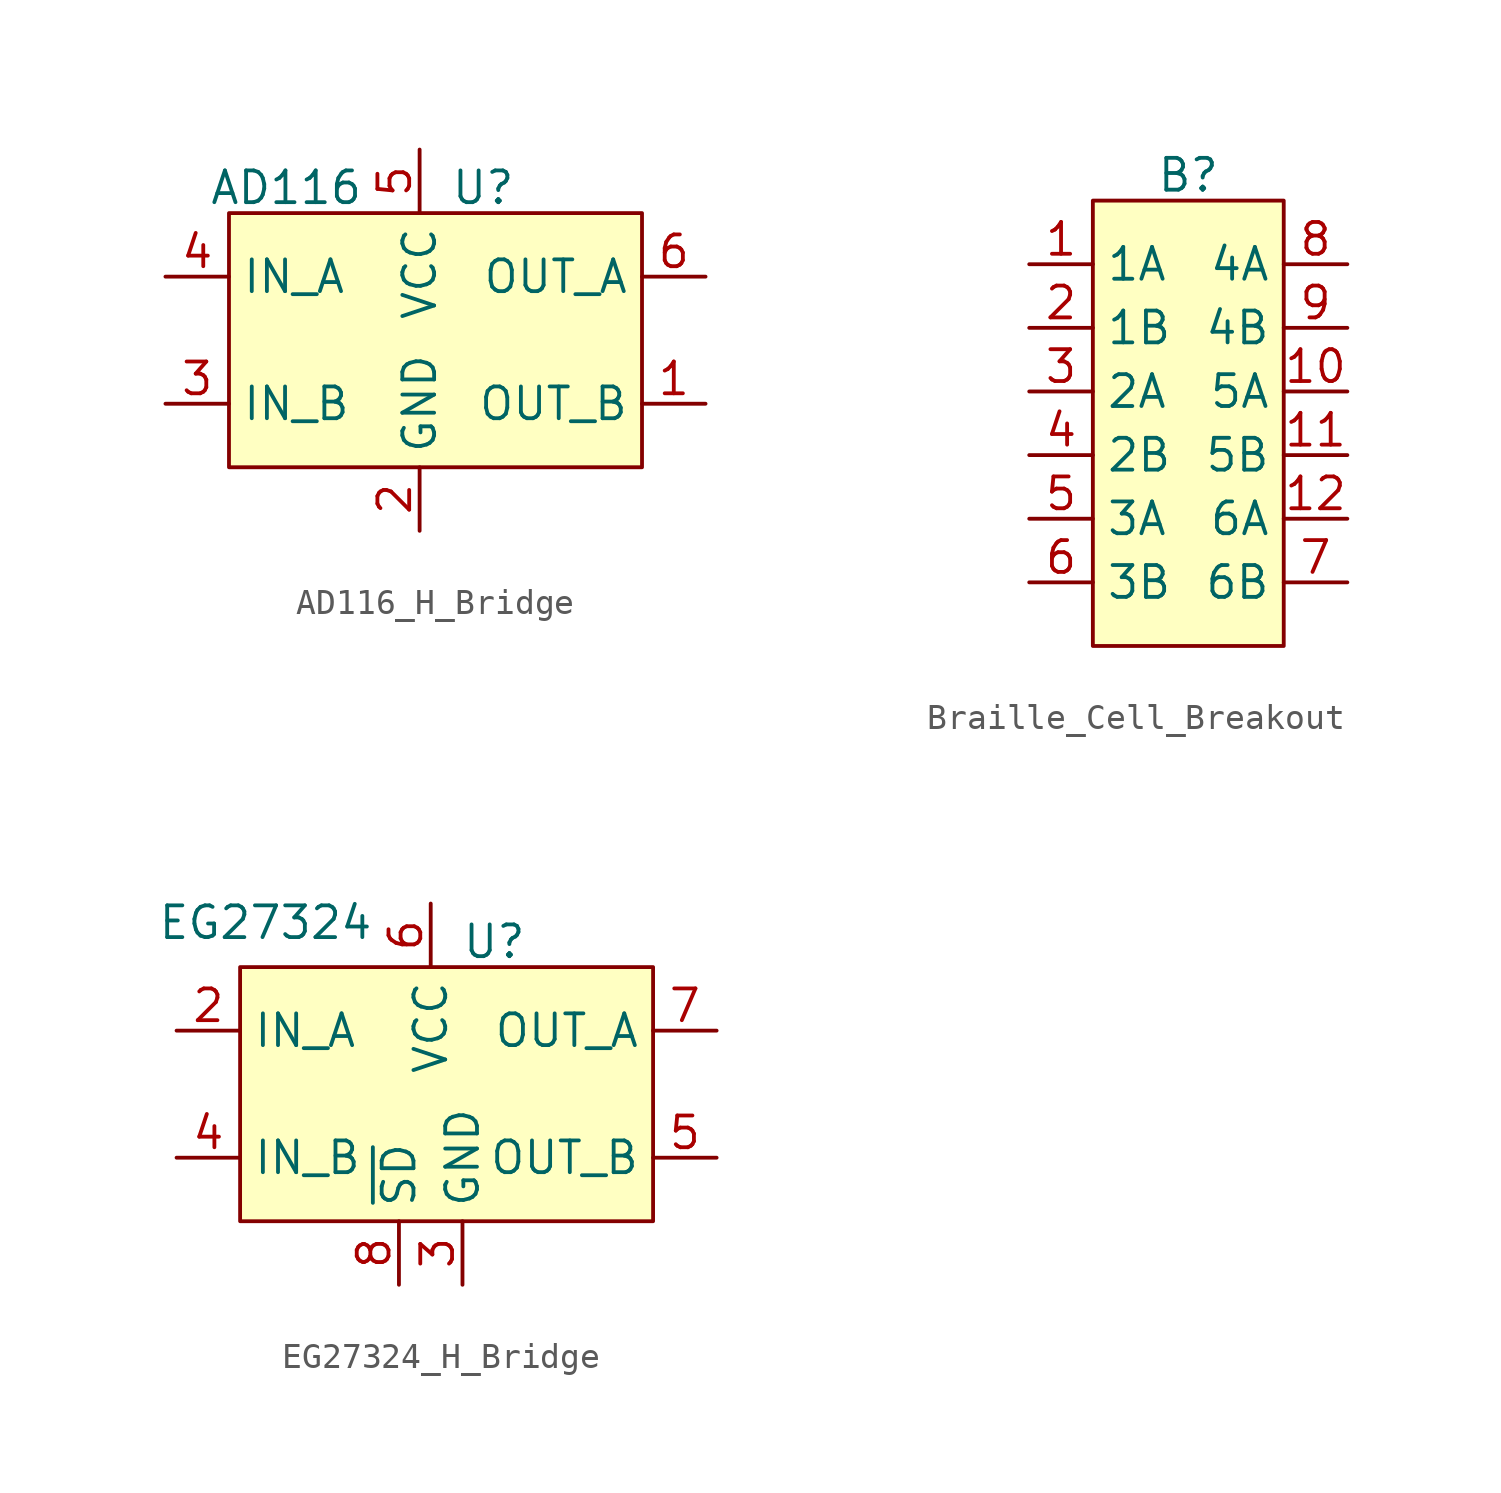
<source format=kicad_sym>
(kicad_symbol_lib
  (version 20241209)
  (generator "kicad_symbol_editor")
  (generator_version "9.0")
  (symbol "AD116_H_Bridge"
    (property "Reference" "U"
      (at 2.54 6.096 0)
      (effects (font (size 1.27 1.27))))
    (property "Value" "AD116"
      (at -5.334 6.096 0)
      (effects (font (size 1.27 1.27))))
    (symbol "AD116_H_Bridge_1_1"
      (rectangle (start -7.62 5.08) (end 8.89 -5.08) (stroke (width 0) (type default)) (fill (type background)))
      (pin input line (at -10.16 2.54 0) (length 2.54) (name "IN_A" (effects (font (size 1.27 1.27)))) (number "4" (effects (font (size 1.27 1.27)))))
      (pin input line (at -10.16 -2.54 0) (length 2.54) (name "IN_B" (effects (font (size 1.27 1.27)))) (number "3" (effects (font (size 1.27 1.27)))))
      (pin power_in line (at 0 7.62 270) (length 2.54) (name "VCC" (effects (font (size 1.27 1.27)))) (number "5" (effects (font (size 1.27 1.27)))))
      (pin power_in line (at 0 -7.62 90) (length 2.54) (name "GND" (effects (font (size 1.27 1.27)))) (number "2" (effects (font (size 1.27 1.27)))))
      (pin output line (at 11.43 2.54 180) (length 2.54) (name "OUT_A" (effects (font (size 1.27 1.27)))) (number "6" (effects (font (size 1.27 1.27)))))
      (pin output line (at 11.43 -2.54 180) (length 2.54) (name "OUT_B" (effects (font (size 1.27 1.27)))) (number "1" (effects (font (size 1.27 1.27)))))))
  (symbol "Braille_Cell_Breakout"
    (property "Reference" "B"
      (at 0 9.906 0)
      (effects (font (size 1.27 1.27))))
    (property "Value" ""
      (at -10.668 1.778 0)
      (effects (font (size 1.27 1.27))))
    (symbol "Braille_Cell_Breakout_1_1"
      (rectangle (start -3.81 8.89) (end 3.81 -8.89) (stroke (width 0) (type default)) (fill (type background)))
      (pin input line (at -6.35 6.35 0) (length 2.54) (name "1A" (effects (font (size 1.27 1.27)))) (number "1" (effects (font (size 1.27 1.27)))))
      (pin input line (at -6.35 3.81 0) (length 2.54) (name "1B" (effects (font (size 1.27 1.27)))) (number "2" (effects (font (size 1.27 1.27)))))
      (pin input line (at -6.35 1.27 0) (length 2.54) (name "2A" (effects (font (size 1.27 1.27)))) (number "3" (effects (font (size 1.27 1.27)))))
      (pin input line (at -6.35 -1.27 0) (length 2.54) (name "2B" (effects (font (size 1.27 1.27)))) (number "4" (effects (font (size 1.27 1.27)))))
      (pin input line (at -6.35 -3.81 0) (length 2.54) (name "3A" (effects (font (size 1.27 1.27)))) (number "5" (effects (font (size 1.27 1.27)))))
      (pin input line (at -6.35 -6.35 0) (length 2.54) (name "3B" (effects (font (size 1.27 1.27)))) (number "6" (effects (font (size 1.27 1.27)))))
      (pin input line (at 6.35 6.35 180) (length 2.54) (name "4A" (effects (font (size 1.27 1.27)))) (number "8" (effects (font (size 1.27 1.27)))))
      (pin input line (at 6.35 3.81 180) (length 2.54) (name "4B" (effects (font (size 1.27 1.27)))) (number "9" (effects (font (size 1.27 1.27)))))
      (pin input line (at 6.35 1.27 180) (length 2.54) (name "5A" (effects (font (size 1.27 1.27)))) (number "10" (effects (font (size 1.27 1.27)))))
      (pin input line (at 6.35 -1.27 180) (length 2.54) (name "5B" (effects (font (size 1.27 1.27)))) (number "11" (effects (font (size 1.27 1.27)))))
      (pin input line (at 6.35 -3.81 180) (length 2.54) (name "6A" (effects (font (size 1.27 1.27)))) (number "12" (effects (font (size 1.27 1.27)))))
      (pin input line (at 6.35 -6.35 180) (length 2.54) (name "6B" (effects (font (size 1.27 1.27)))) (number "7" (effects (font (size 1.27 1.27)))))))
  (symbol "EG27324_H_Bridge"
    (property "Reference" "U"
      (at 2.54 6.096 0)
      (effects (font (size 1.27 1.27))))
    (property "Value" "EG27324"
      (at -6.604 6.858 0)
      (effects (font (size 1.27 1.27))))
    (symbol "EG27324_H_Bridge_1_1"
      (rectangle (start -7.62 5.08) (end 8.89 -5.08) (stroke (width 0) (type default)) (fill (type background)))
      (pin input line (at -10.16 2.54 0) (length 2.54) (name "IN_A" (effects (font (size 1.27 1.27)))) (number "2" (effects (font (size 1.27 1.27)))))
      (pin input line (at -10.16 -2.54 0) (length 2.54) (name "IN_B" (effects (font (size 1.27 1.27)))) (number "4" (effects (font (size 1.27 1.27)))))
      (pin input line (at -1.27 -7.62 90) (length 2.54) (name "~{SD}" (effects (font (size 1.27 1.27)))) (number "8" (effects (font (size 1.27 1.27)))))
      (pin power_in line (at 0 7.62 270) (length 2.54) (name "VCC" (effects (font (size 1.27 1.27)))) (number "6" (effects (font (size 1.27 1.27)))))
      (pin power_in line (at 1.27 -7.62 90) (length 2.54) (name "GND" (effects (font (size 1.27 1.27)))) (number "3" (effects (font (size 1.27 1.27)))))
      (pin no_connect line (at 2.54 -5.08 90) (length 2.54) (hide yes) (name "NC" (effects (font (size 1.27 1.27)))) (number "1" (effects (font (size 1.27 1.27)))))
      (pin output line (at 11.43 2.54 180) (length 2.54) (name "OUT_A" (effects (font (size 1.27 1.27)))) (number "7" (effects (font (size 1.27 1.27)))))
      (pin output line (at 11.43 -2.54 180) (length 2.54) (name "OUT_B" (effects (font (size 1.27 1.27)))) (number "5" (effects (font (size 1.27 1.27))))))))
</source>
